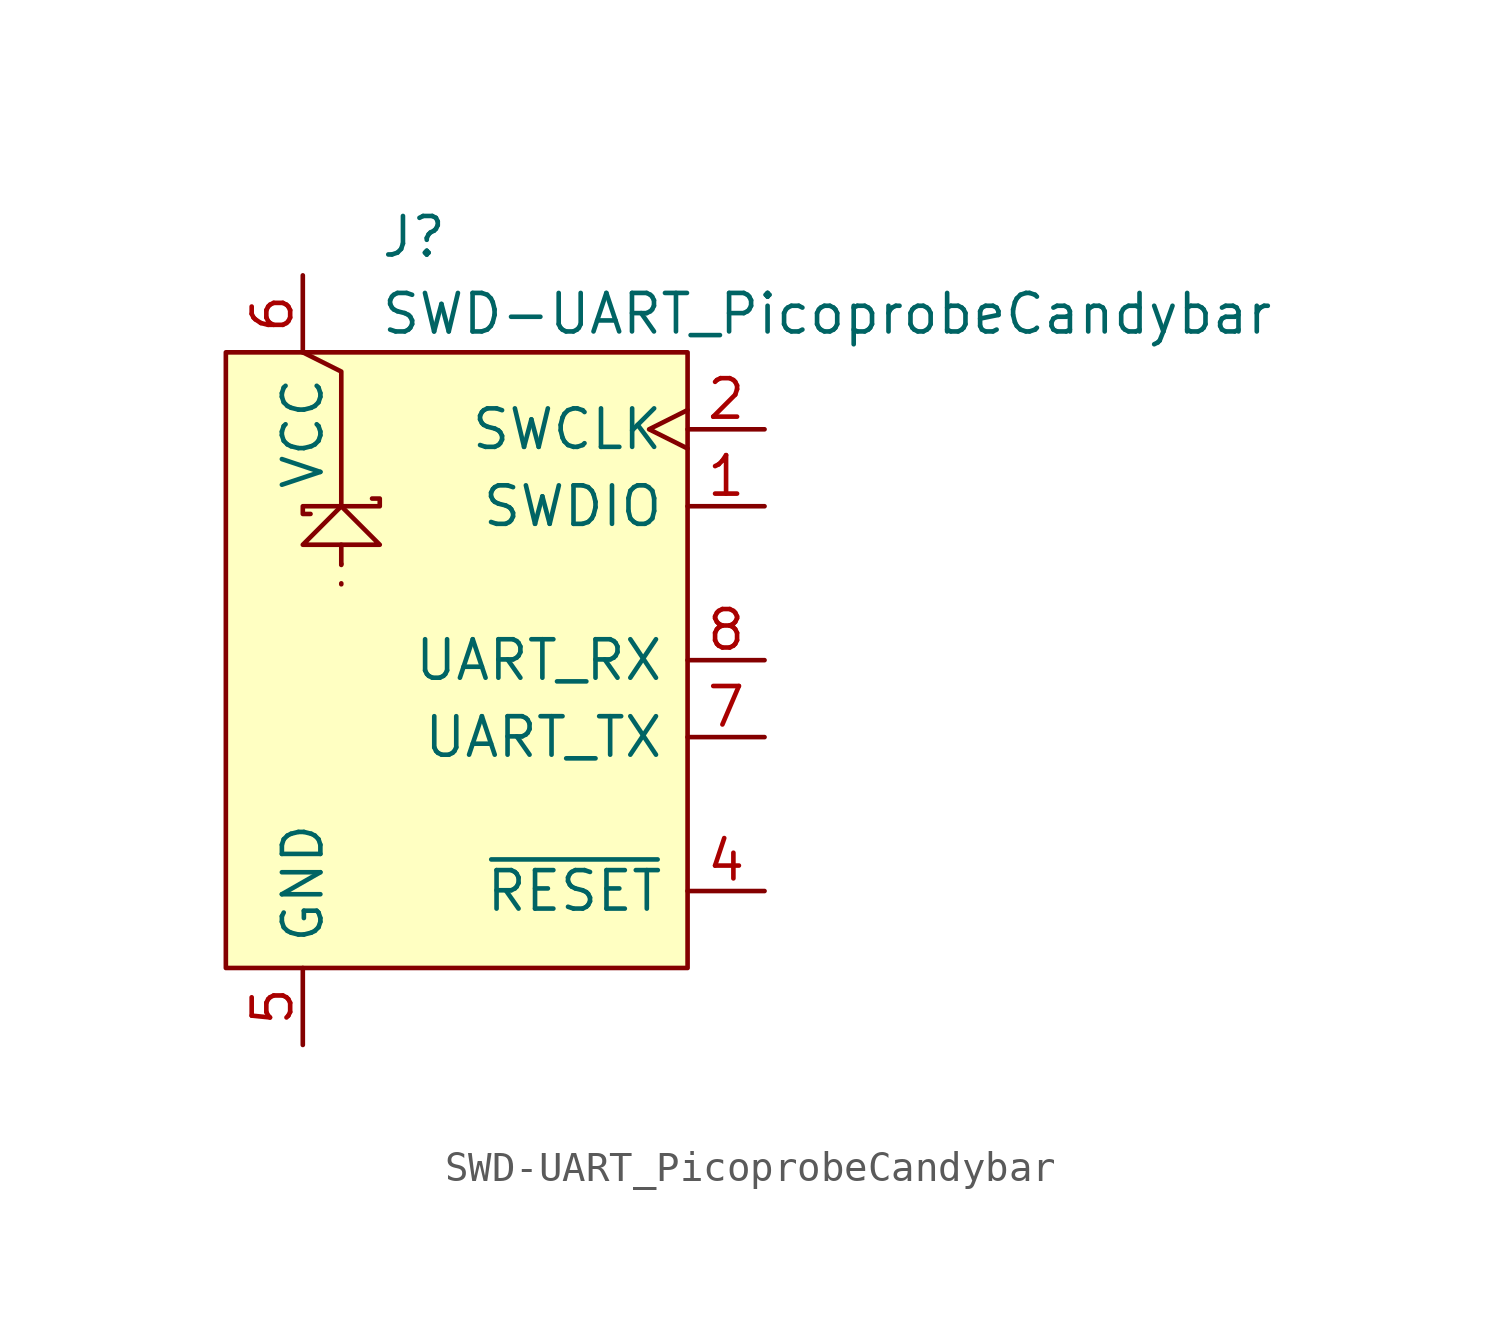
<source format=kicad_sym>
(kicad_symbol_lib
  (version 20231120)
  (generator "kicad_symbol_editor")
  (generator_version "8.0")
  (symbol "SWD-UART_PicoprobeCandybar"
    (pin_names
      (offset 0.762))
    (property "Reference" "J"
      (at -2.54 13.97 0)
      (effects (font (size 1.27 1.27)) (justify left)))
    (property "Value" "SWD-UART_PicoprobeCandybar"
      (at -2.54 11.43 0)
      (effects (font (size 1.27 1.27)) (justify left)))
    (symbol "SWD-UART_PicoprobeCandybar_0_0"
      (pin bidirectional line (at 10.16 5.08 180) (length 2.54) (name "SWDIO" (effects (font (size 1.27 1.27)))) (number "1" (effects (font (size 1.27 1.27)))))
      (pin output clock (at 10.16 7.62 180) (length 2.54) (name "SWCLK" (effects (font (size 1.27 1.27)))) (number "2" (effects (font (size 1.27 1.27))))))
    (symbol "SWD-UART_PicoprobeCandybar_0_1"
      (polyline (pts (xy -3.81 3.175) (xy -3.81 1.905)) (stroke (width 0) (type dot)) (fill (type none)))
      (polyline (pts (xy -3.81 3.81) (xy -3.81 3.175)) (stroke (width 0) (type default)) (fill (type none)))
      (polyline (pts (xy -5.08 10.16) (xy -3.81 9.525) (xy -3.81 5.08)) (stroke (width 0) (type default)) (fill (type none)))
      (polyline (pts (xy -3.81 5.08) (xy -2.54 3.81) (xy -5.08 3.81) (xy -3.81 5.08)) (stroke (width 0) (type default)) (fill (type none)))
      (polyline (pts (xy -2.794 5.334) (xy -2.54 5.334) (xy -2.54 5.08) (xy -5.08 5.08) (xy -5.08 4.826) (xy -4.826 4.826)) (stroke (width 0) (type default)) (fill (type none))))
    (symbol "SWD-UART_PicoprobeCandybar_1_0"
      (pin open_collector line (at 10.16 -7.62 180) (length 2.54) (name "~{RESET}" (effects (font (size 1.27 1.27)))) (number "4" (effects (font (size 1.27 1.27)))))
      (pin power_in line (at -5.08 -12.7 90) (length 2.54) (name "GND" (effects (font (size 1.27 1.27)))) (number "5" (effects (font (size 1.27 1.27)))) (alternate "GND_OUT" power_out line))
      (pin power_out line (at -5.08 12.7 270) (length 2.54) (name "VCC" (effects (font (size 1.27 1.27)))) (number "6" (effects (font (size 1.27 1.27)))))
      (pin output line (at 10.16 -2.54 180) (length 2.54) (name "UART_TX" (effects (font (size 1.27 1.27)))) (number "7" (effects (font (size 1.27 1.27)))))
      (pin input line (at 10.16 0 180) (length 2.54) (name "UART_RX" (effects (font (size 1.27 1.27)))) (number "8" (effects (font (size 1.27 1.27))))))
    (symbol "SWD-UART_PicoprobeCandybar_1_1"
      (rectangle (start -7.62 10.16) (end 7.62 -10.16) (stroke (width 0) (type default)) (fill (type background))))))
</source>
